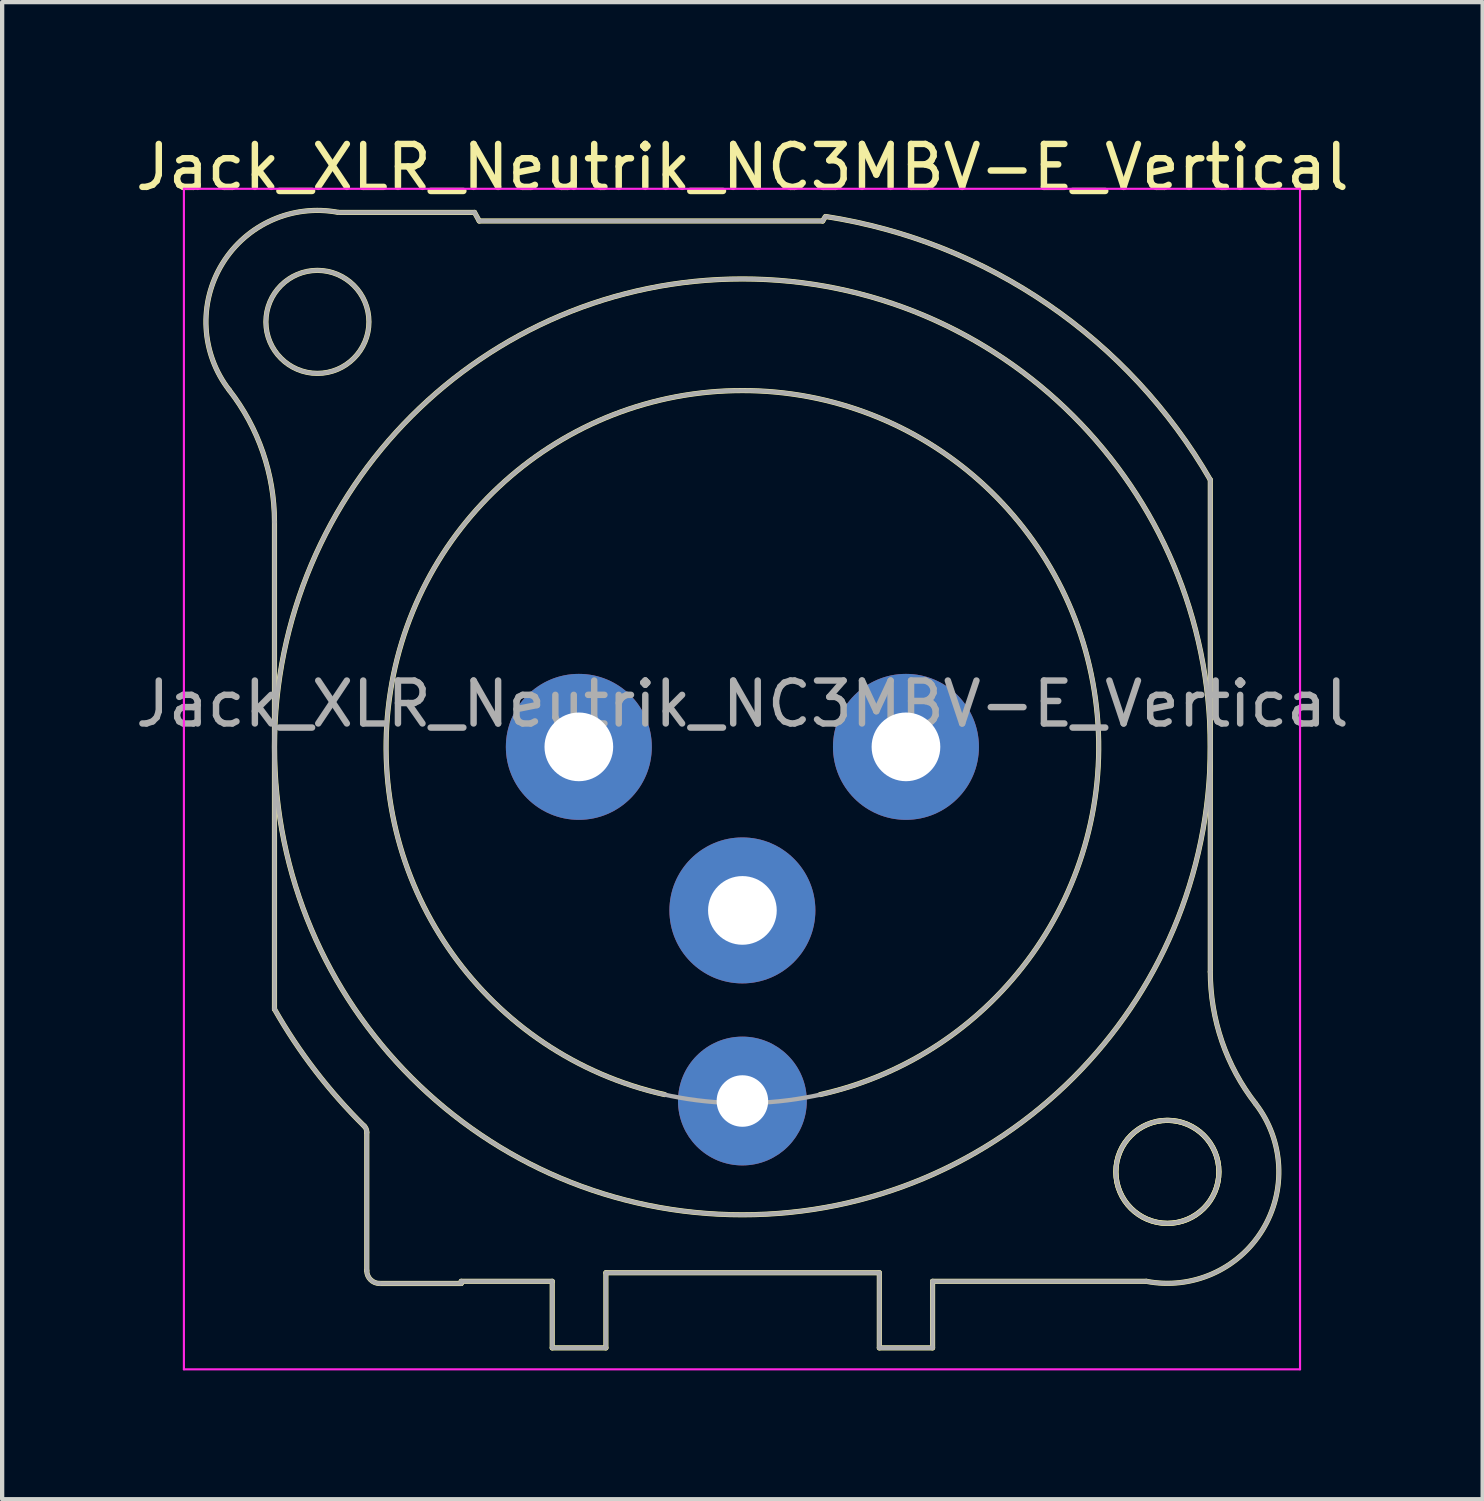
<source format=kicad_pcb>
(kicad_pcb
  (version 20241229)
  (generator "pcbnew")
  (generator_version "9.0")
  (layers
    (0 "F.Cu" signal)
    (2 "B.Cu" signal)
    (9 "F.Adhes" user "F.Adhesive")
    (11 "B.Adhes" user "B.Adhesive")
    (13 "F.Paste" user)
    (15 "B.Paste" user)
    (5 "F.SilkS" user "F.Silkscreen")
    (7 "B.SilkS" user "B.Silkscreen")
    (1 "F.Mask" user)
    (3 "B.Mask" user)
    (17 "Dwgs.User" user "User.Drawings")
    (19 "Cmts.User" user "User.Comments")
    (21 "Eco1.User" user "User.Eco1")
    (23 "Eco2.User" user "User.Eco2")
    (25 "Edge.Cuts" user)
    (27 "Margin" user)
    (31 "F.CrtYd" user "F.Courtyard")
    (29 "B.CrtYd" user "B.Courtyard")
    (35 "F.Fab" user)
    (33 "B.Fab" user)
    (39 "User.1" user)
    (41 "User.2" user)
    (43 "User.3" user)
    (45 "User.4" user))
  (footprint "Jack_XLR_Neutrik_NC3MBV-E_Vertical"
    (layer "F.Cu")
    (at 10.434 14.348)
    (property "Reference" "Jack_XLR_Neutrik_NC3MBV-E_Vertical" (at 3.81 -13.5 0) (layer "F.SilkS") (effects (font (size 1 1) (thickness 0.15))))
    (attr through_hole)
    (fp_line (start -7.09 -5.24) (end -7.09 6.11) (stroke (width 0.12) (type solid)) (layer "F.SilkS"))
    (fp_line (start -4.94 12.2) (end -4.94 8.98) (stroke (width 0.12) (type solid)) (layer "F.SilkS"))
    (fp_line (start -4.64 12.5) (end -2.74 12.5) (stroke (width 0.12) (type solid)) (layer "F.SilkS"))
    (fp_line (start -2.74 12.45) (end -0.62 12.45) (stroke (width 0.12) (type solid)) (layer "F.SilkS"))
    (fp_line (start -2.74 12.5) (end -2.74 12.45) (stroke (width 0.12) (type solid)) (layer "F.SilkS"))
    (fp_line (start -2.43 -12.45) (end -5.6 -12.45) (stroke (width 0.12) (type solid)) (layer "F.SilkS"))
    (fp_line (start -2.32 -12.25) (end -2.43 -12.45) (stroke (width 0.12) (type solid)) (layer "F.SilkS"))
    (fp_line (start -0.62 12.45) (end -0.62 14) (stroke (width 0.12) (type solid)) (layer "F.SilkS"))
    (fp_line (start 0.63 12.25) (end 0.63 14) (stroke (width 0.12) (type solid)) (layer "F.SilkS"))
    (fp_line (start 0.63 12.25) (end 7 12.25) (stroke (width 0.12) (type solid)) (layer "F.SilkS"))
    (fp_line (start 0.63 14) (end -0.62 14) (stroke (width 0.12) (type solid)) (layer "F.SilkS"))
    (fp_line (start 5.68 -12.25) (end -2.32 -12.25) (stroke (width 0.12) (type solid)) (layer "F.SilkS"))
    (fp_line (start 5.74 -12.35) (end 5.68 -12.25) (stroke (width 0.12) (type solid)) (layer "F.SilkS"))
    (fp_line (start 7 12.25) (end 7 14) (stroke (width 0.12) (type solid)) (layer "F.SilkS"))
    (fp_line (start 8.24 12.45) (end 8.24 14) (stroke (width 0.12) (type solid)) (layer "F.SilkS"))
    (fp_line (start 8.24 12.45) (end 13.22 12.45) (stroke (width 0.12) (type solid)) (layer "F.SilkS"))
    (fp_line (start 8.24 14) (end 7 14) (stroke (width 0.12) (type solid)) (layer "F.SilkS"))
    (fp_line (start 14.71 5.24) (end 14.71 -6.22) (stroke (width 0.12) (type solid)) (layer "F.SilkS"))
    (fp_arc (start -8.14458 -8.311426) (mid -7.360989 -6.863715) (end -7.09 -5.24) (stroke (width 0.12) (type solid)) (layer "F.SilkS"))
    (fp_arc (start -8.141124 -8.307677) (mid -8.303366 -11.257798) (end -5.6 -12.45) (stroke (width 0.12) (type solid)) (layer "F.SilkS"))
    (fp_arc (start -4.999944 8.832139) (mid -4.954594 8.899835) (end -4.94 8.98) (stroke (width 0.12) (type solid)) (layer "F.SilkS"))
    (fp_arc (start -4.999718 8.833849) (mid -6.1389 7.544091) (end -7.09 6.11) (stroke (width 0.12) (type solid)) (layer "F.SilkS"))
    (fp_arc (start -4.64 12.5) (mid -4.852132 12.412132) (end -4.94 12.2) (stroke (width 0.12) (type solid)) (layer "F.SilkS"))
    (fp_arc (start 2 8.1) (mid 3.809449 -8.299765) (end 5.621075 8.09976) (stroke (width 0.12) (type solid)) (layer "F.SilkS"))
    (fp_arc (start 5.753207 -12.354269) (mid 10.928439 -10.304601) (end 14.71 -6.22) (stroke (width 0.12) (type solid)) (layer "F.SilkS"))
    (fp_arc (start 15.761124 8.307677) (mid 15.923366 11.257798) (end 13.22 12.45) (stroke (width 0.12) (type solid)) (layer "F.SilkS"))
    (fp_arc (start 15.76458 8.311426) (mid 14.980989 6.863715) (end 14.71 5.24) (stroke (width 0.12) (type solid)) (layer "F.SilkS"))
    (fp_circle (center -6.09 -9.9) (end -4.89 -9.9) (stroke (width 0.12) (type solid)) (fill no) (layer "F.SilkS"))
    (fp_circle (center 3.81 0) (end 14.71 0) (stroke (width 0.12) (type solid)) (fill no) (layer "F.SilkS"))
    (fp_circle (center 13.71 9.9) (end 14.91 9.9) (stroke (width 0.12) (type solid)) (fill no) (layer "F.SilkS"))
    (fp_circle (center 13.71 9.9) (end 14.91 9.9) (stroke (width 0.12) (type solid)) (fill no) (layer "F.SilkS"))
    (fp_line (start -9.2 -13) (end 16.8 -13) (stroke (width 0.05) (type solid)) (layer "F.CrtYd"))
    (fp_line (start -9.2 14.5) (end -9.2 -13) (stroke (width 0.05) (type solid)) (layer "F.CrtYd"))
    (fp_line (start 16.8 -13) (end 16.8 14.5) (stroke (width 0.05) (type solid)) (layer "F.CrtYd"))
    (fp_line (start 16.8 14.5) (end -9.2 14.5) (stroke (width 0.05) (type solid)) (layer "F.CrtYd"))
    (fp_line (start -7.09 -5.24) (end -7.09 6.11) (stroke (width 0.1) (type solid)) (layer "F.Fab"))
    (fp_line (start -4.94 12.2) (end -4.94 8.98) (stroke (width 0.1) (type solid)) (layer "F.Fab"))
    (fp_line (start -4.64 12.5) (end -2.74 12.5) (stroke (width 0.1) (type solid)) (layer "F.Fab"))
    (fp_line (start -2.74 12.45) (end -0.62 12.45) (stroke (width 0.1) (type solid)) (layer "F.Fab"))
    (fp_line (start -2.74 12.5) (end -2.74 12.45) (stroke (width 0.1) (type solid)) (layer "F.Fab"))
    (fp_line (start -2.43 -12.45) (end -5.6 -12.45) (stroke (width 0.1) (type solid)) (layer "F.Fab"))
    (fp_line (start -2.32 -12.25) (end -2.43 -12.45) (stroke (width 0.1) (type solid)) (layer "F.Fab"))
    (fp_line (start -0.62 12.45) (end -0.62 14) (stroke (width 0.1) (type solid)) (layer "F.Fab"))
    (fp_line (start 0.63 12.25) (end 0.63 14) (stroke (width 0.1) (type solid)) (layer "F.Fab"))
    (fp_line (start 0.63 12.25) (end 7 12.25) (stroke (width 0.1) (type solid)) (layer "F.Fab"))
    (fp_line (start 0.63 14) (end -0.62 14) (stroke (width 0.1) (type solid)) (layer "F.Fab"))
    (fp_line (start 5.68 -12.25) (end -2.32 -12.25) (stroke (width 0.1) (type solid)) (layer "F.Fab"))
    (fp_line (start 5.74 -12.35) (end 5.68 -12.25) (stroke (width 0.1) (type solid)) (layer "F.Fab"))
    (fp_line (start 7 12.25) (end 7 14) (stroke (width 0.1) (type solid)) (layer "F.Fab"))
    (fp_line (start 8.24 12.45) (end 8.24 14) (stroke (width 0.1) (type solid)) (layer "F.Fab"))
    (fp_line (start 8.24 12.45) (end 13.22 12.45) (stroke (width 0.1) (type solid)) (layer "F.Fab"))
    (fp_line (start 8.24 14) (end 7 14) (stroke (width 0.1) (type solid)) (layer "F.Fab"))
    (fp_line (start 14.71 5.24) (end 14.71 -6.22) (stroke (width 0.1) (type solid)) (layer "F.Fab"))
    (fp_arc (start -8.14458 -8.311426) (mid -7.360989 -6.863715) (end -7.09 -5.24) (stroke (width 0.1) (type solid)) (layer "F.Fab"))
    (fp_arc (start -8.141124 -8.307677) (mid -8.303366 -11.257798) (end -5.6 -12.45) (stroke (width 0.1) (type solid)) (layer "F.Fab"))
    (fp_arc (start -4.999944 8.832139) (mid -4.954594 8.899835) (end -4.94 8.98) (stroke (width 0.1) (type solid)) (layer "F.Fab"))
    (fp_arc (start -4.999718 8.833849) (mid -6.1389 7.544091) (end -7.09 6.11) (stroke (width 0.1) (type solid)) (layer "F.Fab"))
    (fp_arc (start -4.64 12.5) (mid -4.852132 12.412132) (end -4.94 12.2) (stroke (width 0.1) (type solid)) (layer "F.Fab"))
    (fp_arc (start 5.753207 -12.354269) (mid 10.928439 -10.304601) (end 14.71 -6.22) (stroke (width 0.1) (type solid)) (layer "F.Fab"))
    (fp_arc (start 15.761124 8.307677) (mid 15.923366 11.257798) (end 13.22 12.45) (stroke (width 0.1) (type solid)) (layer "F.Fab"))
    (fp_arc (start 15.76458 8.311426) (mid 14.980989 6.863715) (end 14.71 5.24) (stroke (width 0.1) (type solid)) (layer "F.Fab"))
    (fp_circle (center -6.09 -9.9) (end -4.89 -9.9) (stroke (width 0.1) (type solid)) (fill no) (layer "F.Fab"))
    (fp_circle (center 3.81 0) (end 12.11 0) (stroke (width 0.1) (type solid)) (fill no) (layer "F.Fab"))
    (fp_circle (center 3.81 0) (end 14.71 0) (stroke (width 0.1) (type solid)) (fill no) (layer "F.Fab"))
    (fp_circle (center 13.71 9.9) (end 14.91 9.9) (stroke (width 0.1) (type solid)) (fill no) (layer "F.Fab"))
    (fp_text user "${REFERENCE}" (at 3.81 -1 0) (layer "F.Fab") (effects (font (size 1 1) (thickness 0.15))))
    (pad "1" thru_hole circle (at 0 0) (size 3.4 3.4) (drill 1.6) (layers "*.Cu" "*.Mask"))
    (pad "2" thru_hole circle (at 7.62 0) (size 3.4 3.4) (drill 1.6) (layers "*.Cu" "*.Mask"))
    (pad "3" thru_hole circle (at 3.81 3.81) (size 3.4 3.4) (drill 1.6) (layers "*.Cu" "*.Mask"))
    (pad "G" thru_hole circle (at 3.81 8.25) (size 3 3) (drill 1.2) (layers "*.Cu" "*.Mask")))
  (gr_rect
    (start -3 -3)
    (end 31.488 31.873)
    (stroke (width 0.1) (type default))
    (fill no)
    (layer "Edge.Cuts")))
</source>
